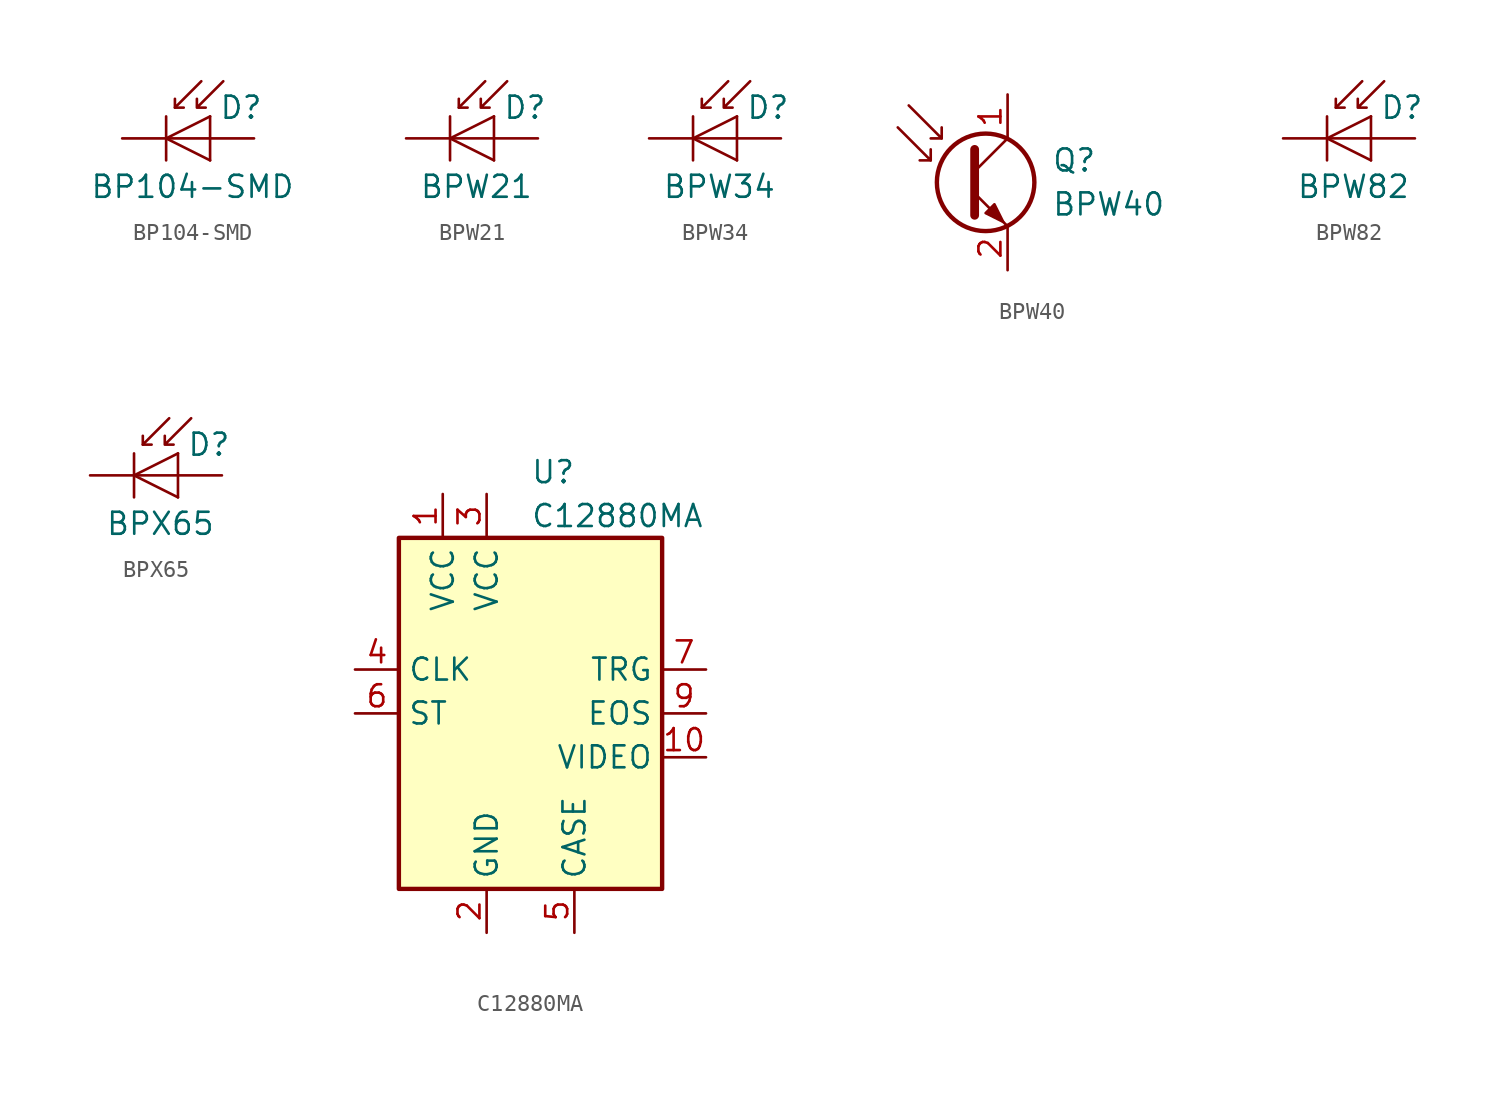
<source format=kicad_sym>
(kicad_symbol_lib
  (version 20211014)
  (generator kicad_symbol_editor)
  (symbol "Sensor_Optical:BP104-SMD"
    (pin_numbers hide)
    (pin_names
      (offset 1.016) hide)
    (property "Reference" "D"
      (at 0.508 1.778 0)
      (effects (font (size 1.27 1.27)) (justify left)))
    (property "Value" "BP104-SMD"
      (at -1.016 -2.794 0)
      (effects (font (size 1.27 1.27))))
    (symbol "BP104-SMD_0_1"
      (polyline (pts (xy -2.54 1.27) (xy -2.54 -1.27)) (stroke (width 0.152) (type default) (color 0 0 0 0)) (fill (type none)))
      (polyline (pts (xy -2.032 1.778) (xy -1.524 1.778)) (stroke (width 0) (type default) (color 0 0 0 0)) (fill (type none)))
      (polyline (pts (xy 0 -1.27) (xy 0 1.27)) (stroke (width 0) (type default) (color 0 0 0 0)) (fill (type none)))
      (polyline (pts (xy 0 0) (xy -2.54 0)) (stroke (width 0) (type default) (color 0 0 0 0)) (fill (type none)))
      (polyline (pts (xy -0.508 3.302) (xy -2.032 1.778) (xy -2.032 2.286)) (stroke (width 0) (type default) (color 0 0 0 0)) (fill (type none)))
      (polyline (pts (xy 0 1.27) (xy -2.54 0) (xy 0 -1.27)) (stroke (width 0) (type default) (color 0 0 0 0)) (fill (type none)))
      (polyline (pts (xy 0.762 3.302) (xy -0.762 1.778) (xy -0.762 2.286) (xy -0.762 1.778) (xy -0.254 1.778)) (stroke (width 0) (type default) (color 0 0 0 0)) (fill (type none))))
    (symbol "BP104-SMD_1_1"
      (pin passive line (at -5.08 0 0) (length 2.54) (name "K" (effects (font (size 1.27 1.27)))) (number "1" (effects (font (size 1.27 1.27)))))
      (pin passive line (at 2.54 0 180) (length 2.54) (name "A" (effects (font (size 1.27 1.27)))) (number "2" (effects (font (size 1.27 1.27)))))))
  (symbol "Sensor_Optical:BPW21"
    (pin_numbers hide)
    (pin_names hide)
    (property "Reference" "D"
      (at 0.508 1.778 0)
      (effects (font (size 1.27 1.27)) (justify left)))
    (property "Value" "BPW21"
      (at -1.016 -2.794 0)
      (effects (font (size 1.27 1.27))))
    (symbol "BPW21_0_1"
      (polyline (pts (xy -2.54 1.27) (xy -2.54 -1.27)) (stroke (width 0.152) (type default) (color 0 0 0 0)) (fill (type none)))
      (polyline (pts (xy -2.032 1.778) (xy -1.524 1.778)) (stroke (width 0) (type default) (color 0 0 0 0)) (fill (type none)))
      (polyline (pts (xy 0 0) (xy -2.54 0)) (stroke (width 0) (type default) (color 0 0 0 0)) (fill (type none)))
      (polyline (pts (xy 0 1.27) (xy 0 -1.27)) (stroke (width 0) (type default) (color 0 0 0 0)) (fill (type none)))
      (polyline (pts (xy -0.508 3.302) (xy -2.032 1.778) (xy -2.032 2.286)) (stroke (width 0) (type default) (color 0 0 0 0)) (fill (type none)))
      (polyline (pts (xy 0 1.27) (xy -2.54 0) (xy 0 -1.27)) (stroke (width 0) (type default) (color 0 0 0 0)) (fill (type none)))
      (polyline (pts (xy 0.762 3.302) (xy -0.762 1.778) (xy -0.762 2.286) (xy -0.762 1.778) (xy -0.254 1.778)) (stroke (width 0) (type default) (color 0 0 0 0)) (fill (type none))))
    (symbol "BPW21_1_1"
      (pin passive line (at 2.54 0 180) (length 2.54) (name "A" (effects (font (size 1.27 1.27)))) (number "1" (effects (font (size 1.27 1.27)))))
      (pin passive line (at -5.08 0 0) (length 2.54) (name "K" (effects (font (size 1.27 1.27)))) (number "2" (effects (font (size 1.27 1.27)))))))
  (symbol "Sensor_Optical:BPW34"
    (pin_numbers hide)
    (pin_names
      (offset 1.016) hide)
    (property "Reference" "D"
      (at 0.508 1.778 0)
      (effects (font (size 1.27 1.27)) (justify left)))
    (property "Value" "BPW34"
      (at -1.016 -2.794 0)
      (effects (font (size 1.27 1.27))))
    (symbol "BPW34_0_1"
      (polyline (pts (xy -2.54 1.27) (xy -2.54 -1.27)) (stroke (width 0.152) (type default) (color 0 0 0 0)) (fill (type none)))
      (polyline (pts (xy -2.032 1.778) (xy -1.524 1.778)) (stroke (width 0) (type default) (color 0 0 0 0)) (fill (type none)))
      (polyline (pts (xy 0 -1.27) (xy 0 1.27)) (stroke (width 0) (type default) (color 0 0 0 0)) (fill (type none)))
      (polyline (pts (xy 0 0) (xy -2.54 0)) (stroke (width 0) (type default) (color 0 0 0 0)) (fill (type none)))
      (polyline (pts (xy -0.508 3.302) (xy -2.032 1.778) (xy -2.032 2.286)) (stroke (width 0) (type default) (color 0 0 0 0)) (fill (type none)))
      (polyline (pts (xy 0 1.27) (xy -2.54 0) (xy 0 -1.27)) (stroke (width 0) (type default) (color 0 0 0 0)) (fill (type none)))
      (polyline (pts (xy 0.762 3.302) (xy -0.762 1.778) (xy -0.762 2.286) (xy -0.762 1.778) (xy -0.254 1.778)) (stroke (width 0) (type default) (color 0 0 0 0)) (fill (type none))))
    (symbol "BPW34_1_1"
      (pin passive line (at -5.08 0 0) (length 2.54) (name "K" (effects (font (size 1.27 1.27)))) (number "1" (effects (font (size 1.27 1.27)))))
      (pin passive line (at 2.54 0 180) (length 2.54) (name "A" (effects (font (size 1.27 1.27)))) (number "2" (effects (font (size 1.27 1.27)))))))
  (symbol "Sensor_Optical:BPW40"
    (pin_names
      (offset 0) hide)
    (property "Reference" "Q"
      (at 5.08 1.27 0)
      (effects (font (size 1.27 1.27)) (justify left)))
    (property "Value" "BPW40"
      (at 5.08 -1.27 0)
      (effects (font (size 1.27 1.27)) (justify left)))
    (symbol "BPW40_0_1"
      (polyline (pts (xy -1.905 1.27) (xy -2.54 1.27)) (stroke (width 0) (type default) (color 0 0 0 0)) (fill (type none)))
      (polyline (pts (xy -1.27 2.54) (xy -1.905 2.54)) (stroke (width 0) (type default) (color 0 0 0 0)) (fill (type none)))
      (polyline (pts (xy 0.635 0.635) (xy 2.54 2.54)) (stroke (width 0) (type default) (color 0 0 0 0)) (fill (type none)))
      (polyline (pts (xy -3.81 3.175) (xy -1.905 1.27) (xy -1.905 1.905)) (stroke (width 0) (type default) (color 0 0 0 0)) (fill (type none)))
      (polyline (pts (xy -3.175 4.445) (xy -1.27 2.54) (xy -1.27 3.175)) (stroke (width 0) (type default) (color 0 0 0 0)) (fill (type none)))
      (polyline (pts (xy 0.635 -0.635) (xy 2.54 -2.54) (xy 2.54 -2.54)) (stroke (width 0) (type default) (color 0 0 0 0)) (fill (type none)))
      (polyline (pts (xy 0.635 1.905) (xy 0.635 -1.905) (xy 0.635 -1.905)) (stroke (width 0.508) (type default) (color 0 0 0 0)) (fill (type none)))
      (polyline (pts (xy 1.27 -1.778) (xy 1.778 -1.27) (xy 2.286 -2.286) (xy 1.27 -1.778) (xy 1.27 -1.778)) (stroke (width 0) (type default) (color 0 0 0 0)) (fill (type outline)))
      (circle (center 1.27 0) (radius 2.819) (stroke (width 0.254)) (stroke (width 0.254) (type default) (color 0 0 0 0)) (fill (type none))))
    (symbol "BPW40_1_1"
      (pin passive line (at 2.54 5.08 270) (length 2.54) (name "C" (effects (font (size 1.27 1.27)))) (number "1" (effects (font (size 1.27 1.27)))))
      (pin passive line (at 2.54 -5.08 90) (length 2.54) (name "E" (effects (font (size 1.27 1.27)))) (number "2" (effects (font (size 1.27 1.27)))))))
  (symbol "Sensor_Optical:BPW82"
    (pin_numbers hide)
    (pin_names hide)
    (property "Reference" "D"
      (at 0.508 1.778 0)
      (effects (font (size 1.27 1.27)) (justify left)))
    (property "Value" "BPW82"
      (at -1.016 -2.794 0)
      (effects (font (size 1.27 1.27))))
    (symbol "BPW82_0_1"
      (polyline (pts (xy -2.54 1.27) (xy -2.54 -1.27)) (stroke (width 0.152) (type default) (color 0 0 0 0)) (fill (type none)))
      (polyline (pts (xy -2.032 1.778) (xy -1.524 1.778)) (stroke (width 0) (type default) (color 0 0 0 0)) (fill (type none)))
      (polyline (pts (xy 0 0) (xy -2.54 0)) (stroke (width 0) (type default) (color 0 0 0 0)) (fill (type none)))
      (polyline (pts (xy 0 1.27) (xy 0 -1.27)) (stroke (width 0) (type default) (color 0 0 0 0)) (fill (type none)))
      (polyline (pts (xy -0.508 3.302) (xy -2.032 1.778) (xy -2.032 2.286)) (stroke (width 0) (type default) (color 0 0 0 0)) (fill (type none)))
      (polyline (pts (xy 0 1.27) (xy -2.54 0) (xy 0 -1.27)) (stroke (width 0) (type default) (color 0 0 0 0)) (fill (type none)))
      (polyline (pts (xy 0.762 3.302) (xy -0.762 1.778) (xy -0.762 2.286) (xy -0.762 1.778) (xy -0.254 1.778)) (stroke (width 0) (type default) (color 0 0 0 0)) (fill (type none))))
    (symbol "BPW82_1_1"
      (pin passive line (at -5.08 0 0) (length 2.54) (name "K" (effects (font (size 1.27 1.27)))) (number "1" (effects (font (size 1.27 1.27)))))
      (pin passive line (at 2.54 0 180) (length 2.54) (name "A" (effects (font (size 1.27 1.27)))) (number "2" (effects (font (size 1.27 1.27)))))))
  (symbol "Sensor_Optical:BPX65"
    (pin_numbers hide)
    (pin_names
      (offset 1.016) hide)
    (property "Reference" "D"
      (at 0.508 1.778 0)
      (effects (font (size 1.27 1.27)) (justify left)))
    (property "Value" "BPX65"
      (at -1.016 -2.794 0)
      (effects (font (size 1.27 1.27))))
    (symbol "BPX65_0_1"
      (polyline (pts (xy -2.54 1.27) (xy -2.54 -1.27)) (stroke (width 0.152) (type default) (color 0 0 0 0)) (fill (type none)))
      (polyline (pts (xy -2.032 1.778) (xy -1.524 1.778)) (stroke (width 0) (type default) (color 0 0 0 0)) (fill (type none)))
      (polyline (pts (xy 0 -1.27) (xy 0 1.27)) (stroke (width 0) (type default) (color 0 0 0 0)) (fill (type none)))
      (polyline (pts (xy 0 0) (xy -2.54 0)) (stroke (width 0) (type default) (color 0 0 0 0)) (fill (type none)))
      (polyline (pts (xy -0.508 3.302) (xy -2.032 1.778) (xy -2.032 2.286)) (stroke (width 0) (type default) (color 0 0 0 0)) (fill (type none)))
      (polyline (pts (xy 0 1.27) (xy -2.54 0) (xy 0 -1.27)) (stroke (width 0) (type default) (color 0 0 0 0)) (fill (type none)))
      (polyline (pts (xy 0.762 3.302) (xy -0.762 1.778) (xy -0.762 2.286) (xy -0.762 1.778) (xy -0.254 1.778)) (stroke (width 0) (type default) (color 0 0 0 0)) (fill (type none))))
    (symbol "BPX65_1_1"
      (pin passive line (at -5.08 0 0) (length 2.54) (name "K" (effects (font (size 1.27 1.27)))) (number "1" (effects (font (size 1.27 1.27)))))
      (pin passive line (at 2.54 0 180) (length 2.54) (name "A" (effects (font (size 1.27 1.27)))) (number "2" (effects (font (size 1.27 1.27)))))))
  (symbol "Sensor_Optical:C12880MA"
    (property "Reference" "U"
      (at 0 13.97 0)
      (effects (font (size 1.27 1.27)) (justify left)))
    (property "Value" "C12880MA"
      (at 0 11.43 0)
      (effects (font (size 1.27 1.27)) (justify left)))
    (symbol "C12880MA_0_1"
      (rectangle (start -7.62 10.16) (end 7.62 -10.16) (stroke (width 0.254) (type default) (color 0 0 0 0)) (fill (type background))))
    (symbol "C12880MA_1_1"
      (pin power_in line (at -5.08 12.7 270) (length 2.54) (name "VCC" (effects (font (size 1.27 1.27)))) (number "1" (effects (font (size 1.27 1.27)))))
      (pin output line (at 10.16 -2.54 180) (length 2.54) (name "VIDEO" (effects (font (size 1.27 1.27)))) (number "10" (effects (font (size 1.27 1.27)))))
      (pin power_in line (at -2.54 -12.7 90) (length 2.54) (name "GND" (effects (font (size 1.27 1.27)))) (number "2" (effects (font (size 1.27 1.27)))))
      (pin power_in line (at -2.54 12.7 270) (length 2.54) (name "VCC" (effects (font (size 1.27 1.27)))) (number "3" (effects (font (size 1.27 1.27)))))
      (pin input line (at -10.16 2.54 0) (length 2.54) (name "CLK" (effects (font (size 1.27 1.27)))) (number "4" (effects (font (size 1.27 1.27)))))
      (pin passive line (at 2.54 -12.7 90) (length 2.54) (name "CASE" (effects (font (size 1.27 1.27)))) (number "5" (effects (font (size 1.27 1.27)))))
      (pin input line (at -10.16 0 0) (length 2.54) (name "ST" (effects (font (size 1.27 1.27)))) (number "6" (effects (font (size 1.27 1.27)))))
      (pin output line (at 10.16 2.54 180) (length 2.54) (name "TRG" (effects (font (size 1.27 1.27)))) (number "7" (effects (font (size 1.27 1.27)))))
      (pin no_connect line (at -7.62 -2.54 0) (length 2.54) hide (name "NC" (effects (font (size 1.27 1.27)))) (number "8" (effects (font (size 1.27 1.27)))))
      (pin output line (at 10.16 0 180) (length 2.54) (name "EOS" (effects (font (size 1.27 1.27)))) (number "9" (effects (font (size 1.27 1.27))))))))
</source>
